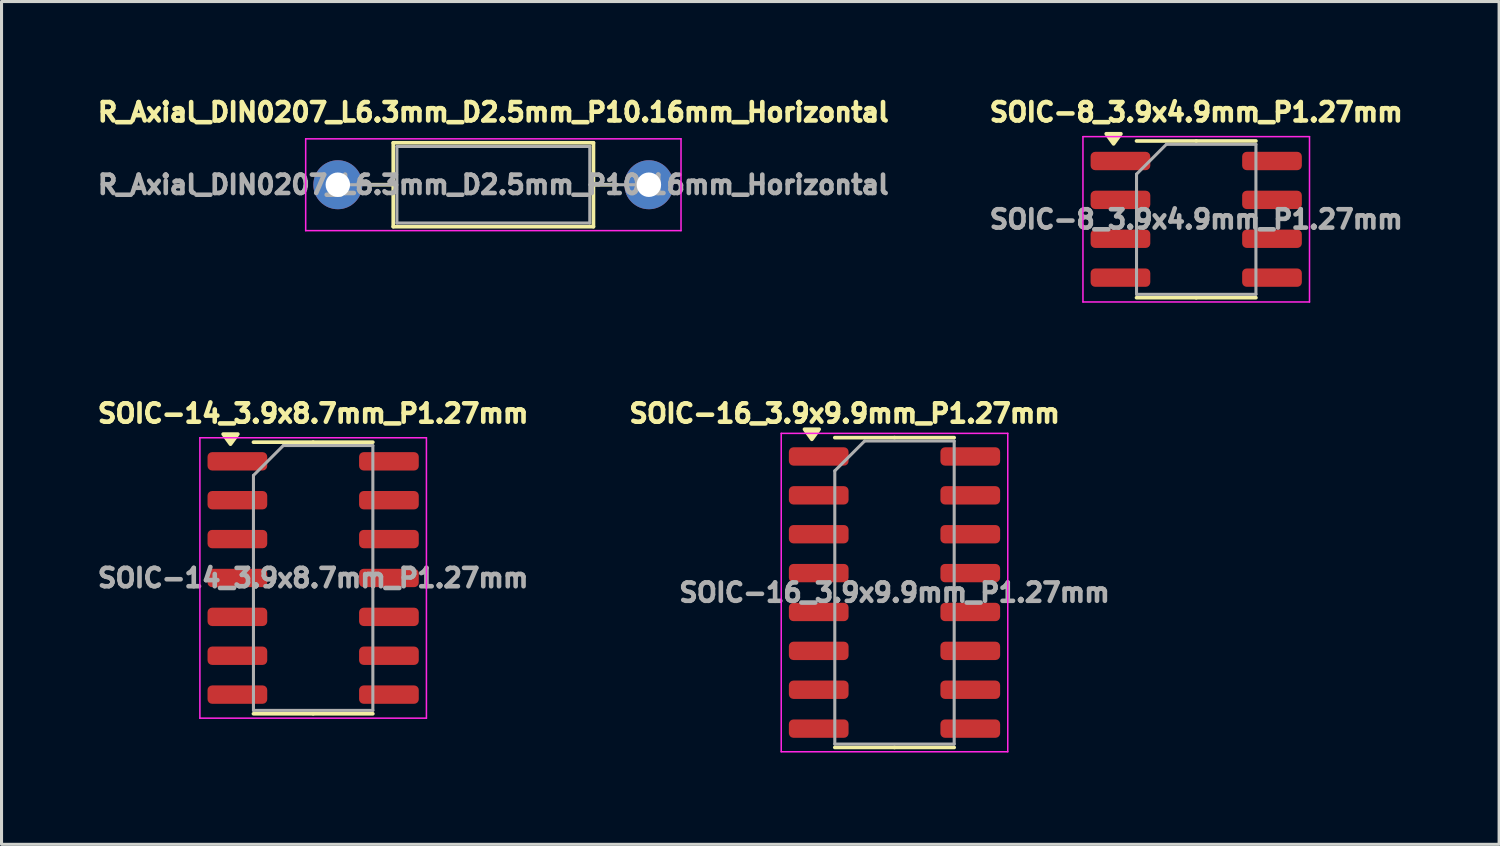
<source format=kicad_pcb>
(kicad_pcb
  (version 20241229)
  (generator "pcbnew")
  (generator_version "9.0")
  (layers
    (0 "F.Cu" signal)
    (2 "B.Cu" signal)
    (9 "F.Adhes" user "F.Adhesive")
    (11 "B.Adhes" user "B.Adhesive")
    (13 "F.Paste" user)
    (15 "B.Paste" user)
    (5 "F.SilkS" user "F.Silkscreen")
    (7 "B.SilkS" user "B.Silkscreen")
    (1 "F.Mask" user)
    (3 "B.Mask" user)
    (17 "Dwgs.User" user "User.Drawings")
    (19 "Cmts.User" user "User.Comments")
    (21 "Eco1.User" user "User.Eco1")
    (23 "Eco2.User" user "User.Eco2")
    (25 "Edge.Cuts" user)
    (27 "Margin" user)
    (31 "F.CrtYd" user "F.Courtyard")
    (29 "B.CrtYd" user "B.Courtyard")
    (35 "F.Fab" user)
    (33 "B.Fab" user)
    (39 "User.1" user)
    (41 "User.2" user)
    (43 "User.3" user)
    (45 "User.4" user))
  (footprint "SOIC-8_3.9x4.9mm_P1.27mm"
    (layer "F.Cu")
    (at 36.024 4.114)
    (property "Reference" "SOIC-8_3.9x4.9mm_P1.27mm" (at 0 -3.5 0) (layer "F.SilkS") (effects (font (size 0.6 0.6) (thickness 0.15))))
    (attr smd)
    (fp_line (start 0 -2.56) (end -1.95 -2.56) (stroke (width 0.12) (type solid)) (layer "F.SilkS"))
    (fp_line (start 0 -2.56) (end 1.95 -2.56) (stroke (width 0.12) (type solid)) (layer "F.SilkS"))
    (fp_line (start 0 2.56) (end -1.95 2.56) (stroke (width 0.12) (type solid)) (layer "F.SilkS"))
    (fp_line (start 0 2.56) (end 1.95 2.56) (stroke (width 0.12) (type solid)) (layer "F.SilkS"))
    (fp_poly (pts (xy -2.7 -2.465) (xy -2.94 -2.795) (xy -2.46 -2.795) (xy -2.7 -2.465)) (stroke (width 0.12) (type solid)) (fill yes) (layer "F.SilkS"))
    (fp_line (start -3.7 -2.7) (end -3.7 2.7) (stroke (width 0.05) (type solid)) (layer "F.CrtYd"))
    (fp_line (start -3.7 2.7) (end 3.7 2.7) (stroke (width 0.05) (type solid)) (layer "F.CrtYd"))
    (fp_line (start 3.7 -2.7) (end -3.7 -2.7) (stroke (width 0.05) (type solid)) (layer "F.CrtYd"))
    (fp_line (start 3.7 2.7) (end 3.7 -2.7) (stroke (width 0.05) (type solid)) (layer "F.CrtYd"))
    (fp_line (start -1.95 -1.475) (end -0.975 -2.45) (stroke (width 0.1) (type solid)) (layer "F.Fab"))
    (fp_line (start -1.95 2.45) (end -1.95 -1.475) (stroke (width 0.1) (type solid)) (layer "F.Fab"))
    (fp_line (start -0.975 -2.45) (end 1.95 -2.45) (stroke (width 0.1) (type solid)) (layer "F.Fab"))
    (fp_line (start 1.95 -2.45) (end 1.95 2.45) (stroke (width 0.1) (type solid)) (layer "F.Fab"))
    (fp_line (start 1.95 2.45) (end -1.95 2.45) (stroke (width 0.1) (type solid)) (layer "F.Fab"))
    (fp_text user "${REFERENCE}" (at 0 0 0) (layer "F.Fab") (effects (font (size 0.6 0.6) (thickness 0.15))))
    (pad "1" smd roundrect (at -2.475 -1.905) (size 1.95 0.6) (layers "F.Cu" "F.Mask" "F.Paste") (roundrect_rratio 0.25))
    (pad "2" smd roundrect (at -2.475 -0.635) (size 1.95 0.6) (layers "F.Cu" "F.Mask" "F.Paste") (roundrect_rratio 0.25))
    (pad "3" smd roundrect (at -2.475 0.635) (size 1.95 0.6) (layers "F.Cu" "F.Mask" "F.Paste") (roundrect_rratio 0.25))
    (pad "4" smd roundrect (at -2.475 1.905) (size 1.95 0.6) (layers "F.Cu" "F.Mask" "F.Paste") (roundrect_rratio 0.25))
    (pad "5" smd roundrect (at 2.475 1.905) (size 1.95 0.6) (layers "F.Cu" "F.Mask" "F.Paste") (roundrect_rratio 0.25))
    (pad "6" smd roundrect (at 2.475 0.635) (size 1.95 0.6) (layers "F.Cu" "F.Mask" "F.Paste") (roundrect_rratio 0.25))
    (pad "7" smd roundrect (at 2.475 -0.635) (size 1.95 0.6) (layers "F.Cu" "F.Mask" "F.Paste") (roundrect_rratio 0.25))
    (pad "8" smd roundrect (at 2.475 -1.905) (size 1.95 0.6) (layers "F.Cu" "F.Mask" "F.Paste") (roundrect_rratio 0.25)))
  (footprint "SOIC-16_3.9x9.9mm_P1.27mm"
    (layer "F.Cu")
    (at 26.168 16.305)
    (property "Reference" "SOIC-16_3.9x9.9mm_P1.27mm" (at -1.63 -5.851 0) (layer "F.SilkS") (effects (font (size 0.6 0.6) (thickness 0.15))))
    (attr smd)
    (fp_line (start 0 -5.06) (end -1.95 -5.06) (stroke (width 0.12) (type solid)) (layer "F.SilkS"))
    (fp_line (start 0 -5.06) (end 1.95 -5.06) (stroke (width 0.12) (type solid)) (layer "F.SilkS"))
    (fp_line (start 0 5.06) (end -1.95 5.06) (stroke (width 0.12) (type solid)) (layer "F.SilkS"))
    (fp_line (start 0 5.06) (end 1.95 5.06) (stroke (width 0.12) (type solid)) (layer "F.SilkS"))
    (fp_poly (pts (xy -2.7 -5.005) (xy -2.94 -5.335) (xy -2.46 -5.335) (xy -2.7 -5.005)) (stroke (width 0.12) (type solid)) (fill yes) (layer "F.SilkS"))
    (fp_line (start -3.7 -5.2) (end -3.7 5.2) (stroke (width 0.05) (type solid)) (layer "F.CrtYd"))
    (fp_line (start -3.7 5.2) (end 3.7 5.2) (stroke (width 0.05) (type solid)) (layer "F.CrtYd"))
    (fp_line (start 3.7 -5.2) (end -3.7 -5.2) (stroke (width 0.05) (type solid)) (layer "F.CrtYd"))
    (fp_line (start 3.7 5.2) (end 3.7 -5.2) (stroke (width 0.05) (type solid)) (layer "F.CrtYd"))
    (fp_line (start -1.95 -3.975) (end -0.975 -4.95) (stroke (width 0.1) (type solid)) (layer "F.Fab"))
    (fp_line (start -1.95 4.95) (end -1.95 -3.975) (stroke (width 0.1) (type solid)) (layer "F.Fab"))
    (fp_line (start -0.975 -4.95) (end 1.95 -4.95) (stroke (width 0.1) (type solid)) (layer "F.Fab"))
    (fp_line (start 1.95 -4.95) (end 1.95 4.95) (stroke (width 0.1) (type solid)) (layer "F.Fab"))
    (fp_line (start 1.95 4.95) (end -1.95 4.95) (stroke (width 0.1) (type solid)) (layer "F.Fab"))
    (fp_text user "${REFERENCE}" (at 0 0 0) (layer "F.Fab") (effects (font (size 0.6 0.6) (thickness 0.15))))
    (pad "1" smd roundrect (at -2.475 -4.445) (size 1.95 0.6) (layers "F.Cu" "F.Mask" "F.Paste") (roundrect_rratio 0.25))
    (pad "2" smd roundrect (at -2.475 -3.175) (size 1.95 0.6) (layers "F.Cu" "F.Mask" "F.Paste") (roundrect_rratio 0.25))
    (pad "3" smd roundrect (at -2.475 -1.905) (size 1.95 0.6) (layers "F.Cu" "F.Mask" "F.Paste") (roundrect_rratio 0.25))
    (pad "4" smd roundrect (at -2.475 -0.635) (size 1.95 0.6) (layers "F.Cu" "F.Mask" "F.Paste") (roundrect_rratio 0.25))
    (pad "5" smd roundrect (at -2.475 0.635) (size 1.95 0.6) (layers "F.Cu" "F.Mask" "F.Paste") (roundrect_rratio 0.25))
    (pad "6" smd roundrect (at -2.475 1.905) (size 1.95 0.6) (layers "F.Cu" "F.Mask" "F.Paste") (roundrect_rratio 0.25))
    (pad "7" smd roundrect (at -2.475 3.175) (size 1.95 0.6) (layers "F.Cu" "F.Mask" "F.Paste") (roundrect_rratio 0.25))
    (pad "8" smd roundrect (at -2.475 4.445) (size 1.95 0.6) (layers "F.Cu" "F.Mask" "F.Paste") (roundrect_rratio 0.25))
    (pad "9" smd roundrect (at 2.475 4.445) (size 1.95 0.6) (layers "F.Cu" "F.Mask" "F.Paste") (roundrect_rratio 0.25))
    (pad "10" smd roundrect (at 2.475 3.175) (size 1.95 0.6) (layers "F.Cu" "F.Mask" "F.Paste") (roundrect_rratio 0.25))
    (pad "11" smd roundrect (at 2.475 1.905) (size 1.95 0.6) (layers "F.Cu" "F.Mask" "F.Paste") (roundrect_rratio 0.25))
    (pad "12" smd roundrect (at 2.475 0.635) (size 1.95 0.6) (layers "F.Cu" "F.Mask" "F.Paste") (roundrect_rratio 0.25))
    (pad "13" smd roundrect (at 2.475 -0.635) (size 1.95 0.6) (layers "F.Cu" "F.Mask" "F.Paste") (roundrect_rratio 0.25))
    (pad "14" smd roundrect (at 2.475 -1.905) (size 1.95 0.6) (layers "F.Cu" "F.Mask" "F.Paste") (roundrect_rratio 0.25))
    (pad "15" smd roundrect (at 2.475 -3.175) (size 1.95 0.6) (layers "F.Cu" "F.Mask" "F.Paste") (roundrect_rratio 0.25))
    (pad "16" smd roundrect (at 2.475 -4.445) (size 1.95 0.6) (layers "F.Cu" "F.Mask" "F.Paste") (roundrect_rratio 0.25)))
  (footprint "SOIC-14_3.9x8.7mm_P1.27mm"
    (layer "F.Cu")
    (at 7.179 15.829)
    (property "Reference" "SOIC-14_3.9x8.7mm_P1.27mm" (at 0 -5.375 0) (layer "F.SilkS") (effects (font (size 0.6 0.6) (thickness 0.15))))
    (attr smd)
    (fp_line (start 0 -4.435) (end -1.95 -4.435) (stroke (width 0.12) (type solid)) (layer "F.SilkS"))
    (fp_line (start 0 -4.435) (end 1.95 -4.435) (stroke (width 0.12) (type solid)) (layer "F.SilkS"))
    (fp_line (start 0 4.435) (end -1.95 4.435) (stroke (width 0.12) (type solid)) (layer "F.SilkS"))
    (fp_line (start 0 4.435) (end 1.95 4.435) (stroke (width 0.12) (type solid)) (layer "F.SilkS"))
    (fp_poly (pts (xy -2.7 -4.37) (xy -2.94 -4.7) (xy -2.46 -4.7) (xy -2.7 -4.37)) (stroke (width 0.12) (type solid)) (fill yes) (layer "F.SilkS"))
    (fp_line (start -3.7 -4.58) (end -3.7 4.58) (stroke (width 0.05) (type solid)) (layer "F.CrtYd"))
    (fp_line (start -3.7 4.58) (end 3.7 4.58) (stroke (width 0.05) (type solid)) (layer "F.CrtYd"))
    (fp_line (start 3.7 -4.58) (end -3.7 -4.58) (stroke (width 0.05) (type solid)) (layer "F.CrtYd"))
    (fp_line (start 3.7 4.58) (end 3.7 -4.58) (stroke (width 0.05) (type solid)) (layer "F.CrtYd"))
    (fp_line (start -1.95 -3.35) (end -0.975 -4.325) (stroke (width 0.1) (type solid)) (layer "F.Fab"))
    (fp_line (start -1.95 4.325) (end -1.95 -3.35) (stroke (width 0.1) (type solid)) (layer "F.Fab"))
    (fp_line (start -0.975 -4.325) (end 1.95 -4.325) (stroke (width 0.1) (type solid)) (layer "F.Fab"))
    (fp_line (start 1.95 -4.325) (end 1.95 4.325) (stroke (width 0.1) (type solid)) (layer "F.Fab"))
    (fp_line (start 1.95 4.325) (end -1.95 4.325) (stroke (width 0.1) (type solid)) (layer "F.Fab"))
    (fp_text user "${REFERENCE}" (at 0 0 0) (layer "F.Fab") (effects (font (size 0.6 0.6) (thickness 0.15))))
    (pad "1" smd roundrect (at -2.475 -3.81) (size 1.95 0.6) (layers "F.Cu" "F.Mask" "F.Paste") (roundrect_rratio 0.25))
    (pad "2" smd roundrect (at -2.475 -2.54) (size 1.95 0.6) (layers "F.Cu" "F.Mask" "F.Paste") (roundrect_rratio 0.25))
    (pad "3" smd roundrect (at -2.475 -1.27) (size 1.95 0.6) (layers "F.Cu" "F.Mask" "F.Paste") (roundrect_rratio 0.25))
    (pad "4" smd roundrect (at -2.475 0) (size 1.95 0.6) (layers "F.Cu" "F.Mask" "F.Paste") (roundrect_rratio 0.25))
    (pad "5" smd roundrect (at -2.475 1.27) (size 1.95 0.6) (layers "F.Cu" "F.Mask" "F.Paste") (roundrect_rratio 0.25))
    (pad "6" smd roundrect (at -2.475 2.54) (size 1.95 0.6) (layers "F.Cu" "F.Mask" "F.Paste") (roundrect_rratio 0.25))
    (pad "7" smd roundrect (at -2.475 3.81) (size 1.95 0.6) (layers "F.Cu" "F.Mask" "F.Paste") (roundrect_rratio 0.25))
    (pad "8" smd roundrect (at 2.475 3.81) (size 1.95 0.6) (layers "F.Cu" "F.Mask" "F.Paste") (roundrect_rratio 0.25))
    (pad "9" smd roundrect (at 2.475 2.54) (size 1.95 0.6) (layers "F.Cu" "F.Mask" "F.Paste") (roundrect_rratio 0.25))
    (pad "10" smd roundrect (at 2.475 1.27) (size 1.95 0.6) (layers "F.Cu" "F.Mask" "F.Paste") (roundrect_rratio 0.25))
    (pad "11" smd roundrect (at 2.475 0) (size 1.95 0.6) (layers "F.Cu" "F.Mask" "F.Paste") (roundrect_rratio 0.25))
    (pad "12" smd roundrect (at 2.475 -1.27) (size 1.95 0.6) (layers "F.Cu" "F.Mask" "F.Paste") (roundrect_rratio 0.25))
    (pad "13" smd roundrect (at 2.475 -2.54) (size 1.95 0.6) (layers "F.Cu" "F.Mask" "F.Paste") (roundrect_rratio 0.25))
    (pad "14" smd roundrect (at 2.475 -3.81) (size 1.95 0.6) (layers "F.Cu" "F.Mask" "F.Paste") (roundrect_rratio 0.25)))
  (footprint "R_Axial_DIN0207_L6.3mm_D2.5mm_P10.16mm_Horizontal"
    (layer "F.Cu")
    (at 7.985 2.984)
    (property "Reference" "R_Axial_DIN0207_L6.3mm_D2.5mm_P10.16mm_Horizontal" (at 5.08 -2.37 0) (layer "F.SilkS") (effects (font (size 0.6 0.6) (thickness 0.15))))
    (attr through_hole)
    (fp_line (start 1.04 0) (end 1.81 0) (stroke (width 0.12) (type solid)) (layer "F.SilkS"))
    (fp_line (start 1.81 -1.37) (end 1.81 1.37) (stroke (width 0.12) (type solid)) (layer "F.SilkS"))
    (fp_line (start 1.81 1.37) (end 8.35 1.37) (stroke (width 0.12) (type solid)) (layer "F.SilkS"))
    (fp_line (start 8.35 -1.37) (end 1.81 -1.37) (stroke (width 0.12) (type solid)) (layer "F.SilkS"))
    (fp_line (start 8.35 1.37) (end 8.35 -1.37) (stroke (width 0.12) (type solid)) (layer "F.SilkS"))
    (fp_line (start 9.12 0) (end 8.35 0) (stroke (width 0.12) (type solid)) (layer "F.SilkS"))
    (fp_line (start -1.05 -1.5) (end -1.05 1.5) (stroke (width 0.05) (type solid)) (layer "F.CrtYd"))
    (fp_line (start -1.05 1.5) (end 11.21 1.5) (stroke (width 0.05) (type solid)) (layer "F.CrtYd"))
    (fp_line (start 11.21 -1.5) (end -1.05 -1.5) (stroke (width 0.05) (type solid)) (layer "F.CrtYd"))
    (fp_line (start 11.21 1.5) (end 11.21 -1.5) (stroke (width 0.05) (type solid)) (layer "F.CrtYd"))
    (fp_line (start 0 0) (end 1.93 0) (stroke (width 0.1) (type solid)) (layer "F.Fab"))
    (fp_line (start 1.93 -1.25) (end 1.93 1.25) (stroke (width 0.1) (type solid)) (layer "F.Fab"))
    (fp_line (start 1.93 1.25) (end 8.23 1.25) (stroke (width 0.1) (type solid)) (layer "F.Fab"))
    (fp_line (start 8.23 -1.25) (end 1.93 -1.25) (stroke (width 0.1) (type solid)) (layer "F.Fab"))
    (fp_line (start 8.23 1.25) (end 8.23 -1.25) (stroke (width 0.1) (type solid)) (layer "F.Fab"))
    (fp_line (start 10.16 0) (end 8.23 0) (stroke (width 0.1) (type solid)) (layer "F.Fab"))
    (fp_text user "${REFERENCE}" (at 5.08 0 0) (layer "F.Fab") (effects (font (size 0.6 0.6) (thickness 0.15))))
    (pad "1" thru_hole circle (at 0 0) (size 1.6 1.6) (drill 0.8) (layers "*.Cu" "*.Mask"))
    (pad "2" thru_hole oval (at 10.16 0) (size 1.6 1.6) (drill 0.8) (layers "*.Cu" "*.Mask")))
  (gr_rect
    (start -3 -3)
    (end 45.917 24.529)
    (stroke (width 0.1) (type default))
    (fill no)
    (layer "Edge.Cuts")))
</source>
